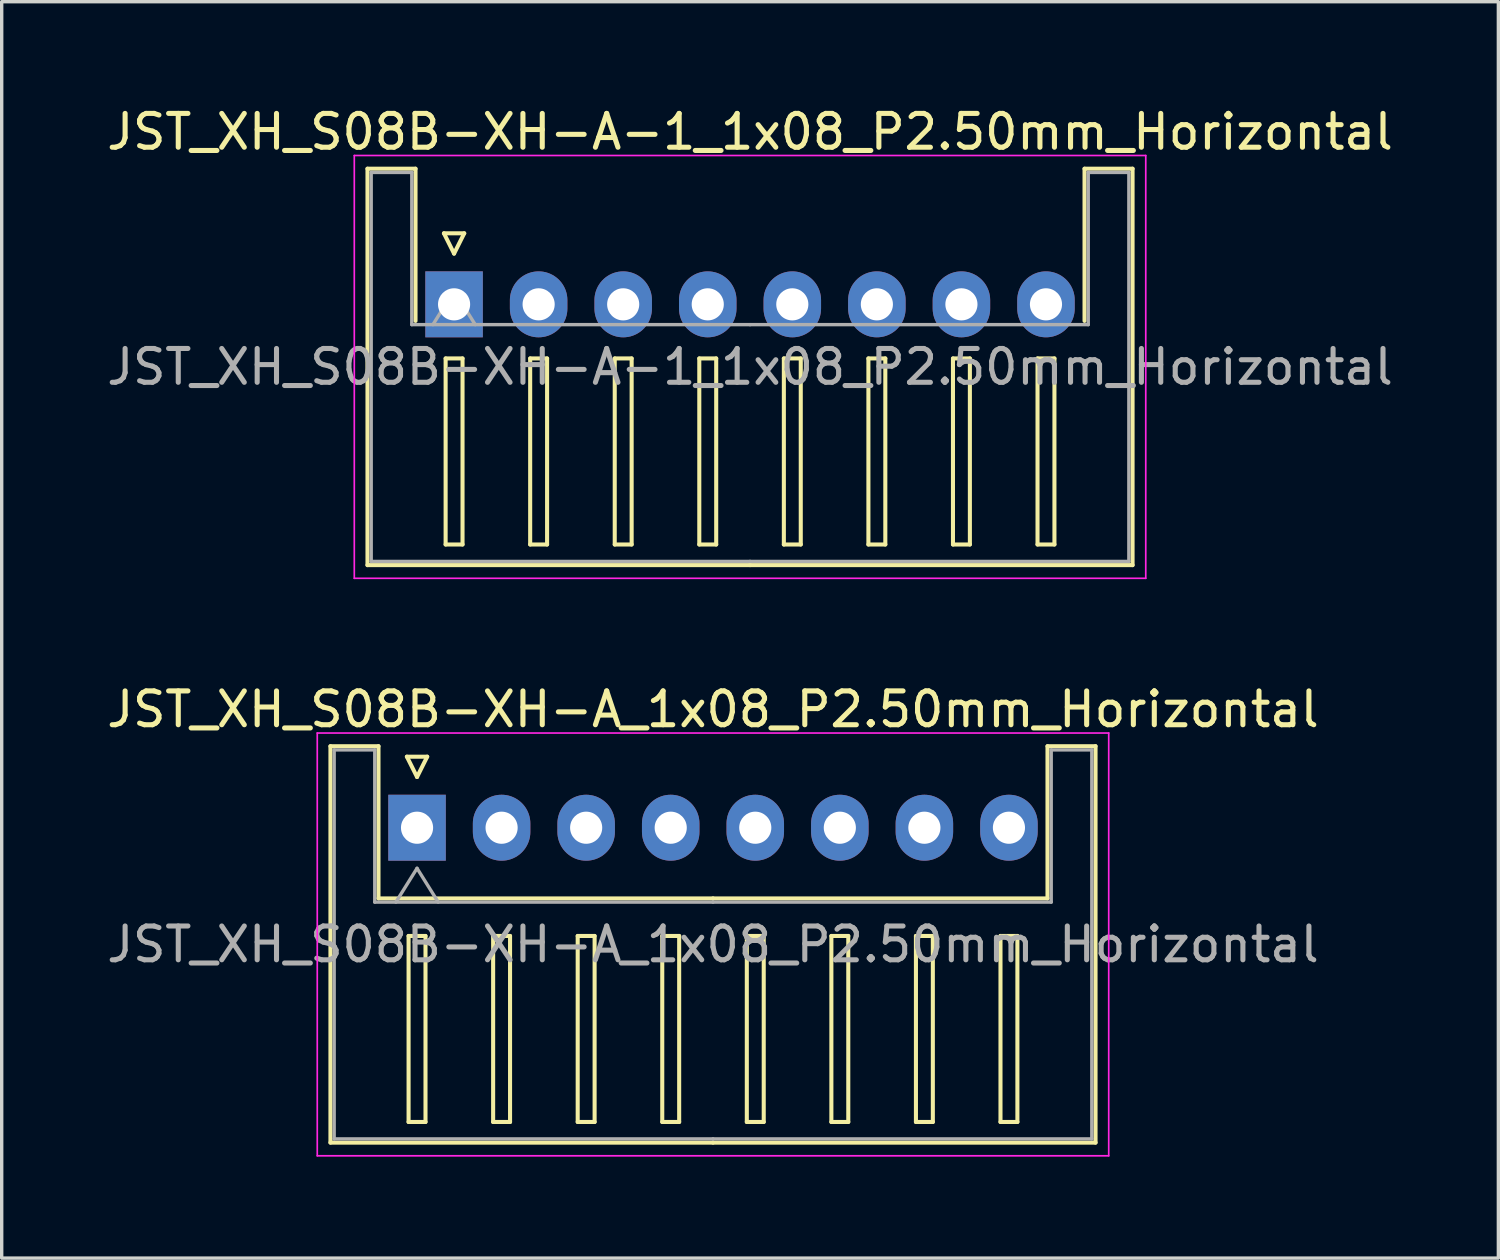
<source format=kicad_pcb>
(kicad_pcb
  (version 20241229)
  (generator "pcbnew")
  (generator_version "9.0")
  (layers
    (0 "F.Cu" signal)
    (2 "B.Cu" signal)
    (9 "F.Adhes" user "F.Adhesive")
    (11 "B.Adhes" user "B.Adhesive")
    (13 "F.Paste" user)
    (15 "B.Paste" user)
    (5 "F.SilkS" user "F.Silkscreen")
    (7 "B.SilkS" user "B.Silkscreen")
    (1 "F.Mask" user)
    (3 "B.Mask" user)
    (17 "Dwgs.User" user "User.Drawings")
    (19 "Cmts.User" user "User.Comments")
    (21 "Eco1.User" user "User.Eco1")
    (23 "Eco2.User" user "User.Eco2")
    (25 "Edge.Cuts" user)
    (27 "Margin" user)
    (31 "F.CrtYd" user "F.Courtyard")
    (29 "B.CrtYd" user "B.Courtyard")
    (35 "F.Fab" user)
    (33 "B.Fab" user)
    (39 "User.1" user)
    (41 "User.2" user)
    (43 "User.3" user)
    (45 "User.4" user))
  (footprint "JST_XH_S08B-XH-A-1_1x08_P2.50mm_Horizontal"
    (layer "F.Cu")
    (at 10.375 5.948)
    (property "Reference" "JST_XH_S08B-XH-A-1_1x08_P2.50mm_Horizontal" (at 8.75 -5.1 0) (layer "F.SilkS") (effects (font (size 1 1) (thickness 0.15))))
    (attr through_hole)
    (fp_line (start -2.56 -4.01) (end -1.14 -4.01) (stroke (width 0.12) (type solid)) (layer "F.SilkS"))
    (fp_line (start -2.56 7.71) (end -2.56 -4.01) (stroke (width 0.12) (type solid)) (layer "F.SilkS"))
    (fp_line (start -1.14 -4.01) (end -1.14 0.49) (stroke (width 0.12) (type solid)) (layer "F.SilkS"))
    (fp_line (start -0.3 -2.1) (end 0.3 -2.1) (stroke (width 0.12) (type solid)) (layer "F.SilkS"))
    (fp_line (start -0.25 1.6) (end -0.25 7.1) (stroke (width 0.12) (type solid)) (layer "F.SilkS"))
    (fp_line (start -0.25 7.1) (end 0.25 7.1) (stroke (width 0.12) (type solid)) (layer "F.SilkS"))
    (fp_line (start 0 -1.5) (end -0.3 -2.1) (stroke (width 0.12) (type solid)) (layer "F.SilkS"))
    (fp_line (start 0.25 1.6) (end -0.25 1.6) (stroke (width 0.12) (type solid)) (layer "F.SilkS"))
    (fp_line (start 0.25 7.1) (end 0.25 1.6) (stroke (width 0.12) (type solid)) (layer "F.SilkS"))
    (fp_line (start 0.3 -2.1) (end 0 -1.5) (stroke (width 0.12) (type solid)) (layer "F.SilkS"))
    (fp_line (start 2.25 1.6) (end 2.25 7.1) (stroke (width 0.12) (type solid)) (layer "F.SilkS"))
    (fp_line (start 2.25 7.1) (end 2.75 7.1) (stroke (width 0.12) (type solid)) (layer "F.SilkS"))
    (fp_line (start 2.75 1.6) (end 2.25 1.6) (stroke (width 0.12) (type solid)) (layer "F.SilkS"))
    (fp_line (start 2.75 7.1) (end 2.75 1.6) (stroke (width 0.12) (type solid)) (layer "F.SilkS"))
    (fp_line (start 4.75 1.6) (end 4.75 7.1) (stroke (width 0.12) (type solid)) (layer "F.SilkS"))
    (fp_line (start 4.75 7.1) (end 5.25 7.1) (stroke (width 0.12) (type solid)) (layer "F.SilkS"))
    (fp_line (start 5.25 1.6) (end 4.75 1.6) (stroke (width 0.12) (type solid)) (layer "F.SilkS"))
    (fp_line (start 5.25 7.1) (end 5.25 1.6) (stroke (width 0.12) (type solid)) (layer "F.SilkS"))
    (fp_line (start 7.25 1.6) (end 7.25 7.1) (stroke (width 0.12) (type solid)) (layer "F.SilkS"))
    (fp_line (start 7.25 7.1) (end 7.75 7.1) (stroke (width 0.12) (type solid)) (layer "F.SilkS"))
    (fp_line (start 7.75 1.6) (end 7.25 1.6) (stroke (width 0.12) (type solid)) (layer "F.SilkS"))
    (fp_line (start 7.75 7.1) (end 7.75 1.6) (stroke (width 0.12) (type solid)) (layer "F.SilkS"))
    (fp_line (start 8.75 7.71) (end -2.56 7.71) (stroke (width 0.12) (type solid)) (layer "F.SilkS"))
    (fp_line (start 8.75 7.71) (end 20.06 7.71) (stroke (width 0.12) (type solid)) (layer "F.SilkS"))
    (fp_line (start 9.75 1.6) (end 9.75 7.1) (stroke (width 0.12) (type solid)) (layer "F.SilkS"))
    (fp_line (start 9.75 7.1) (end 10.25 7.1) (stroke (width 0.12) (type solid)) (layer "F.SilkS"))
    (fp_line (start 10.25 1.6) (end 9.75 1.6) (stroke (width 0.12) (type solid)) (layer "F.SilkS"))
    (fp_line (start 10.25 7.1) (end 10.25 1.6) (stroke (width 0.12) (type solid)) (layer "F.SilkS"))
    (fp_line (start 12.25 1.6) (end 12.25 7.1) (stroke (width 0.12) (type solid)) (layer "F.SilkS"))
    (fp_line (start 12.25 7.1) (end 12.75 7.1) (stroke (width 0.12) (type solid)) (layer "F.SilkS"))
    (fp_line (start 12.75 1.6) (end 12.25 1.6) (stroke (width 0.12) (type solid)) (layer "F.SilkS"))
    (fp_line (start 12.75 7.1) (end 12.75 1.6) (stroke (width 0.12) (type solid)) (layer "F.SilkS"))
    (fp_line (start 14.75 1.6) (end 14.75 7.1) (stroke (width 0.12) (type solid)) (layer "F.SilkS"))
    (fp_line (start 14.75 7.1) (end 15.25 7.1) (stroke (width 0.12) (type solid)) (layer "F.SilkS"))
    (fp_line (start 15.25 1.6) (end 14.75 1.6) (stroke (width 0.12) (type solid)) (layer "F.SilkS"))
    (fp_line (start 15.25 7.1) (end 15.25 1.6) (stroke (width 0.12) (type solid)) (layer "F.SilkS"))
    (fp_line (start 17.25 1.6) (end 17.25 7.1) (stroke (width 0.12) (type solid)) (layer "F.SilkS"))
    (fp_line (start 17.25 7.1) (end 17.75 7.1) (stroke (width 0.12) (type solid)) (layer "F.SilkS"))
    (fp_line (start 17.75 1.6) (end 17.25 1.6) (stroke (width 0.12) (type solid)) (layer "F.SilkS"))
    (fp_line (start 17.75 7.1) (end 17.75 1.6) (stroke (width 0.12) (type solid)) (layer "F.SilkS"))
    (fp_line (start 18.64 -4.01) (end 18.64 0.49) (stroke (width 0.12) (type solid)) (layer "F.SilkS"))
    (fp_line (start 20.06 -4.01) (end 18.64 -4.01) (stroke (width 0.12) (type solid)) (layer "F.SilkS"))
    (fp_line (start 20.06 7.71) (end 20.06 -4.01) (stroke (width 0.12) (type solid)) (layer "F.SilkS"))
    (fp_line (start -2.95 -4.4) (end -2.95 8.1) (stroke (width 0.05) (type solid)) (layer "F.CrtYd"))
    (fp_line (start -2.95 8.1) (end 20.45 8.1) (stroke (width 0.05) (type solid)) (layer "F.CrtYd"))
    (fp_line (start 20.45 -4.4) (end -2.95 -4.4) (stroke (width 0.05) (type solid)) (layer "F.CrtYd"))
    (fp_line (start 20.45 8.1) (end 20.45 -4.4) (stroke (width 0.05) (type solid)) (layer "F.CrtYd"))
    (fp_line (start -2.45 -3.9) (end -1.25 -3.9) (stroke (width 0.1) (type solid)) (layer "F.Fab"))
    (fp_line (start -2.45 7.6) (end -2.45 -3.9) (stroke (width 0.1) (type solid)) (layer "F.Fab"))
    (fp_line (start -1.25 -3.9) (end -1.25 0.6) (stroke (width 0.1) (type solid)) (layer "F.Fab"))
    (fp_line (start -1.25 0.6) (end 8.75 0.6) (stroke (width 0.1) (type solid)) (layer "F.Fab"))
    (fp_line (start -0.625 0.6) (end 0 -0.4) (stroke (width 0.1) (type solid)) (layer "F.Fab"))
    (fp_line (start 0 -0.4) (end 0.625 0.6) (stroke (width 0.1) (type solid)) (layer "F.Fab"))
    (fp_line (start 8.75 7.6) (end -2.45 7.6) (stroke (width 0.1) (type solid)) (layer "F.Fab"))
    (fp_line (start 8.75 7.6) (end 19.95 7.6) (stroke (width 0.1) (type solid)) (layer "F.Fab"))
    (fp_line (start 18.75 -3.9) (end 18.75 0.6) (stroke (width 0.1) (type solid)) (layer "F.Fab"))
    (fp_line (start 18.75 0.6) (end 8.75 0.6) (stroke (width 0.1) (type solid)) (layer "F.Fab"))
    (fp_line (start 19.95 -3.9) (end 18.75 -3.9) (stroke (width 0.1) (type solid)) (layer "F.Fab"))
    (fp_line (start 19.95 7.6) (end 19.95 -3.9) (stroke (width 0.1) (type solid)) (layer "F.Fab"))
    (fp_text user "${REFERENCE}" (at 8.75 1.85 0) (layer "F.Fab") (effects (font (size 1 1) (thickness 0.15))))
    (pad "1" thru_hole rect (at 0 0) (size 1.7 1.95) (drill 0.95) (layers "*.Cu" "*.Mask"))
    (pad "2" thru_hole oval (at 2.5 0) (size 1.7 1.95) (drill 0.95) (layers "*.Cu" "*.Mask"))
    (pad "3" thru_hole oval (at 5 0) (size 1.7 1.95) (drill 0.95) (layers "*.Cu" "*.Mask"))
    (pad "4" thru_hole oval (at 7.5 0) (size 1.7 1.95) (drill 0.95) (layers "*.Cu" "*.Mask"))
    (pad "5" thru_hole oval (at 10 0) (size 1.7 1.95) (drill 0.95) (layers "*.Cu" "*.Mask"))
    (pad "6" thru_hole oval (at 12.5 0) (size 1.7 1.95) (drill 0.95) (layers "*.Cu" "*.Mask"))
    (pad "7" thru_hole oval (at 15 0) (size 1.7 1.95) (drill 0.95) (layers "*.Cu" "*.Mask"))
    (pad "8" thru_hole oval (at 17.5 0) (size 1.7 1.95) (drill 0.95) (layers "*.Cu" "*.Mask")))
  (footprint "JST_XH_S08B-XH-A_1x08_P2.50mm_Horizontal"
    (layer "F.Cu")
    (at 9.28 21.422)
    (property "Reference" "JST_XH_S08B-XH-A_1x08_P2.50mm_Horizontal" (at 8.75 -3.5 0) (layer "F.SilkS") (effects (font (size 1 1) (thickness 0.15))))
    (attr through_hole)
    (fp_line (start -2.56 -2.41) (end -1.14 -2.41) (stroke (width 0.12) (type solid)) (layer "F.SilkS"))
    (fp_line (start -2.56 9.31) (end -2.56 -2.41) (stroke (width 0.12) (type solid)) (layer "F.SilkS"))
    (fp_line (start -1.14 -2.41) (end -1.14 2.09) (stroke (width 0.12) (type solid)) (layer "F.SilkS"))
    (fp_line (start -1.14 2.09) (end 8.75 2.09) (stroke (width 0.12) (type solid)) (layer "F.SilkS"))
    (fp_line (start -0.3 -2.1) (end 0.3 -2.1) (stroke (width 0.12) (type solid)) (layer "F.SilkS"))
    (fp_line (start -0.25 3.2) (end -0.25 8.7) (stroke (width 0.12) (type solid)) (layer "F.SilkS"))
    (fp_line (start -0.25 8.7) (end 0.25 8.7) (stroke (width 0.12) (type solid)) (layer "F.SilkS"))
    (fp_line (start 0 -1.5) (end -0.3 -2.1) (stroke (width 0.12) (type solid)) (layer "F.SilkS"))
    (fp_line (start 0.25 3.2) (end -0.25 3.2) (stroke (width 0.12) (type solid)) (layer "F.SilkS"))
    (fp_line (start 0.25 8.7) (end 0.25 3.2) (stroke (width 0.12) (type solid)) (layer "F.SilkS"))
    (fp_line (start 0.3 -2.1) (end 0 -1.5) (stroke (width 0.12) (type solid)) (layer "F.SilkS"))
    (fp_line (start 2.25 3.2) (end 2.25 8.7) (stroke (width 0.12) (type solid)) (layer "F.SilkS"))
    (fp_line (start 2.25 8.7) (end 2.75 8.7) (stroke (width 0.12) (type solid)) (layer "F.SilkS"))
    (fp_line (start 2.75 3.2) (end 2.25 3.2) (stroke (width 0.12) (type solid)) (layer "F.SilkS"))
    (fp_line (start 2.75 8.7) (end 2.75 3.2) (stroke (width 0.12) (type solid)) (layer "F.SilkS"))
    (fp_line (start 4.75 3.2) (end 4.75 8.7) (stroke (width 0.12) (type solid)) (layer "F.SilkS"))
    (fp_line (start 4.75 8.7) (end 5.25 8.7) (stroke (width 0.12) (type solid)) (layer "F.SilkS"))
    (fp_line (start 5.25 3.2) (end 4.75 3.2) (stroke (width 0.12) (type solid)) (layer "F.SilkS"))
    (fp_line (start 5.25 8.7) (end 5.25 3.2) (stroke (width 0.12) (type solid)) (layer "F.SilkS"))
    (fp_line (start 7.25 3.2) (end 7.25 8.7) (stroke (width 0.12) (type solid)) (layer "F.SilkS"))
    (fp_line (start 7.25 8.7) (end 7.75 8.7) (stroke (width 0.12) (type solid)) (layer "F.SilkS"))
    (fp_line (start 7.75 3.2) (end 7.25 3.2) (stroke (width 0.12) (type solid)) (layer "F.SilkS"))
    (fp_line (start 7.75 8.7) (end 7.75 3.2) (stroke (width 0.12) (type solid)) (layer "F.SilkS"))
    (fp_line (start 8.75 9.31) (end -2.56 9.31) (stroke (width 0.12) (type solid)) (layer "F.SilkS"))
    (fp_line (start 8.75 9.31) (end 20.06 9.31) (stroke (width 0.12) (type solid)) (layer "F.SilkS"))
    (fp_line (start 9.75 3.2) (end 9.75 8.7) (stroke (width 0.12) (type solid)) (layer "F.SilkS"))
    (fp_line (start 9.75 8.7) (end 10.25 8.7) (stroke (width 0.12) (type solid)) (layer "F.SilkS"))
    (fp_line (start 10.25 3.2) (end 9.75 3.2) (stroke (width 0.12) (type solid)) (layer "F.SilkS"))
    (fp_line (start 10.25 8.7) (end 10.25 3.2) (stroke (width 0.12) (type solid)) (layer "F.SilkS"))
    (fp_line (start 12.25 3.2) (end 12.25 8.7) (stroke (width 0.12) (type solid)) (layer "F.SilkS"))
    (fp_line (start 12.25 8.7) (end 12.75 8.7) (stroke (width 0.12) (type solid)) (layer "F.SilkS"))
    (fp_line (start 12.75 3.2) (end 12.25 3.2) (stroke (width 0.12) (type solid)) (layer "F.SilkS"))
    (fp_line (start 12.75 8.7) (end 12.75 3.2) (stroke (width 0.12) (type solid)) (layer "F.SilkS"))
    (fp_line (start 14.75 3.2) (end 14.75 8.7) (stroke (width 0.12) (type solid)) (layer "F.SilkS"))
    (fp_line (start 14.75 8.7) (end 15.25 8.7) (stroke (width 0.12) (type solid)) (layer "F.SilkS"))
    (fp_line (start 15.25 3.2) (end 14.75 3.2) (stroke (width 0.12) (type solid)) (layer "F.SilkS"))
    (fp_line (start 15.25 8.7) (end 15.25 3.2) (stroke (width 0.12) (type solid)) (layer "F.SilkS"))
    (fp_line (start 17.25 3.2) (end 17.25 8.7) (stroke (width 0.12) (type solid)) (layer "F.SilkS"))
    (fp_line (start 17.25 8.7) (end 17.75 8.7) (stroke (width 0.12) (type solid)) (layer "F.SilkS"))
    (fp_line (start 17.75 3.2) (end 17.25 3.2) (stroke (width 0.12) (type solid)) (layer "F.SilkS"))
    (fp_line (start 17.75 8.7) (end 17.75 3.2) (stroke (width 0.12) (type solid)) (layer "F.SilkS"))
    (fp_line (start 18.64 -2.41) (end 18.64 2.09) (stroke (width 0.12) (type solid)) (layer "F.SilkS"))
    (fp_line (start 18.64 2.09) (end 8.75 2.09) (stroke (width 0.12) (type solid)) (layer "F.SilkS"))
    (fp_line (start 20.06 -2.41) (end 18.64 -2.41) (stroke (width 0.12) (type solid)) (layer "F.SilkS"))
    (fp_line (start 20.06 9.31) (end 20.06 -2.41) (stroke (width 0.12) (type solid)) (layer "F.SilkS"))
    (fp_line (start -2.95 -2.8) (end -2.95 9.7) (stroke (width 0.05) (type solid)) (layer "F.CrtYd"))
    (fp_line (start -2.95 9.7) (end 20.45 9.7) (stroke (width 0.05) (type solid)) (layer "F.CrtYd"))
    (fp_line (start 20.45 -2.8) (end -2.95 -2.8) (stroke (width 0.05) (type solid)) (layer "F.CrtYd"))
    (fp_line (start 20.45 9.7) (end 20.45 -2.8) (stroke (width 0.05) (type solid)) (layer "F.CrtYd"))
    (fp_line (start -2.45 -2.3) (end -1.25 -2.3) (stroke (width 0.1) (type solid)) (layer "F.Fab"))
    (fp_line (start -2.45 9.2) (end -2.45 -2.3) (stroke (width 0.1) (type solid)) (layer "F.Fab"))
    (fp_line (start -1.25 -2.3) (end -1.25 2.2) (stroke (width 0.1) (type solid)) (layer "F.Fab"))
    (fp_line (start -1.25 2.2) (end 8.75 2.2) (stroke (width 0.1) (type solid)) (layer "F.Fab"))
    (fp_line (start -0.625 2.2) (end 0 1.2) (stroke (width 0.1) (type solid)) (layer "F.Fab"))
    (fp_line (start 0 1.2) (end 0.625 2.2) (stroke (width 0.1) (type solid)) (layer "F.Fab"))
    (fp_line (start 8.75 9.2) (end -2.45 9.2) (stroke (width 0.1) (type solid)) (layer "F.Fab"))
    (fp_line (start 8.75 9.2) (end 19.95 9.2) (stroke (width 0.1) (type solid)) (layer "F.Fab"))
    (fp_line (start 18.75 -2.3) (end 18.75 2.2) (stroke (width 0.1) (type solid)) (layer "F.Fab"))
    (fp_line (start 18.75 2.2) (end 8.75 2.2) (stroke (width 0.1) (type solid)) (layer "F.Fab"))
    (fp_line (start 19.95 -2.3) (end 18.75 -2.3) (stroke (width 0.1) (type solid)) (layer "F.Fab"))
    (fp_line (start 19.95 9.2) (end 19.95 -2.3) (stroke (width 0.1) (type solid)) (layer "F.Fab"))
    (fp_text user "${REFERENCE}" (at 8.75 3.45 0) (layer "F.Fab") (effects (font (size 1 1) (thickness 0.15))))
    (pad "1" thru_hole rect (at 0 0) (size 1.7 1.95) (drill 0.95) (layers "*.Cu" "*.Mask"))
    (pad "2" thru_hole oval (at 2.5 0) (size 1.7 1.95) (drill 0.95) (layers "*.Cu" "*.Mask"))
    (pad "3" thru_hole oval (at 5 0) (size 1.7 1.95) (drill 0.95) (layers "*.Cu" "*.Mask"))
    (pad "4" thru_hole oval (at 7.5 0) (size 1.7 1.95) (drill 0.95) (layers "*.Cu" "*.Mask"))
    (pad "5" thru_hole oval (at 10 0) (size 1.7 1.95) (drill 0.95) (layers "*.Cu" "*.Mask"))
    (pad "6" thru_hole oval (at 12.5 0) (size 1.7 1.95) (drill 0.95) (layers "*.Cu" "*.Mask"))
    (pad "7" thru_hole oval (at 15 0) (size 1.7 1.95) (drill 0.95) (layers "*.Cu" "*.Mask"))
    (pad "8" thru_hole oval (at 17.5 0) (size 1.7 1.95) (drill 0.95) (layers "*.Cu" "*.Mask")))
  (gr_rect
    (start -3 -3)
    (end 41.25 34.147)
    (stroke (width 0.1) (type default))
    (fill no)
    (layer "Edge.Cuts")))
</source>
